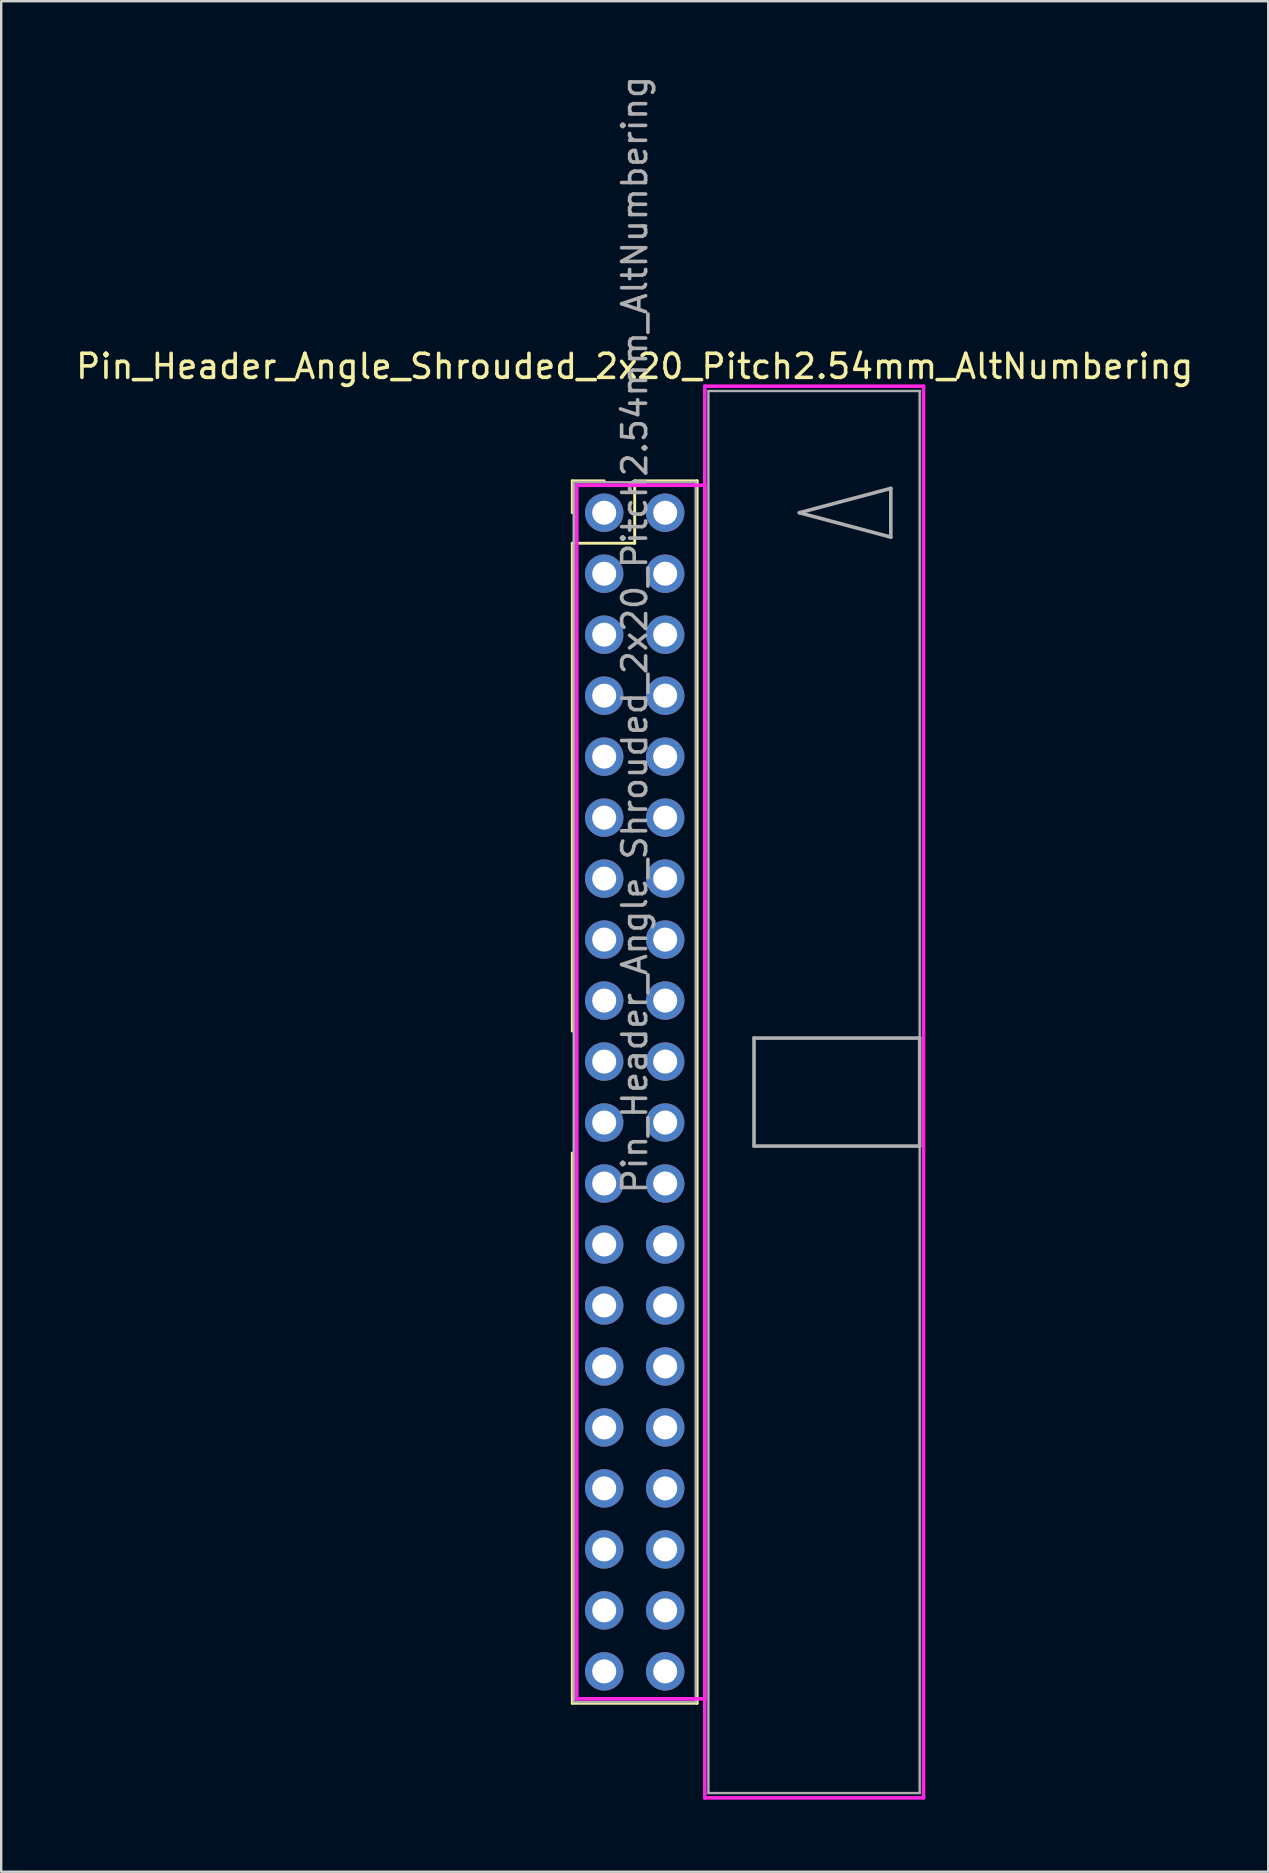
<source format=kicad_pcb>
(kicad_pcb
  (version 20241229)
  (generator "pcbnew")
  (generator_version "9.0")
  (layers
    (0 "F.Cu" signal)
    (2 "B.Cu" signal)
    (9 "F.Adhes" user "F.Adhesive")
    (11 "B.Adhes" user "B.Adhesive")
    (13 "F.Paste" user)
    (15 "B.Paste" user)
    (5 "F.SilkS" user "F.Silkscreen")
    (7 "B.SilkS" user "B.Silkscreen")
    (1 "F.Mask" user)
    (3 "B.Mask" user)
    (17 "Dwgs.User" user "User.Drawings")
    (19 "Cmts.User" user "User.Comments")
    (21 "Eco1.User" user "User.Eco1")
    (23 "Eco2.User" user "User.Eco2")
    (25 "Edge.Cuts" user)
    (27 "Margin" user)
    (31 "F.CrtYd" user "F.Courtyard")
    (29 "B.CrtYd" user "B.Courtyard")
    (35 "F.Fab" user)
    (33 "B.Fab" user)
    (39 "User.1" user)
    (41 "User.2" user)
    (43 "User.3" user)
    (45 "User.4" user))
  (footprint "Pin_Header_Angle_Shrouded_2x20_Pitch2.54mm_AltNumbering"
    (layer "F.Cu")
    (at 22.117 18.307)
    (property "Reference" "Pin_Header_Angle_Shrouded_2x20_Pitch2.54mm_AltNumbering" (at 1.27 -6.096 0) (layer "F.SilkS") (effects (font (size 1 1) (thickness 0.15))))
    (attr through_hole)
    (fp_line (start -1.33 -1.33) (end 0 -1.33) (stroke (width 0.12) (type solid)) (layer "F.SilkS"))
    (fp_line (start -1.33 0) (end -1.33 -1.33) (stroke (width 0.12) (type solid)) (layer "F.SilkS"))
    (fp_line (start -1.33 1.27) (end -1.33 21.59) (stroke (width 0.12) (type solid)) (layer "F.SilkS"))
    (fp_line (start -1.33 1.27) (end 1.27 1.27) (stroke (width 0.12) (type solid)) (layer "F.SilkS"))
    (fp_line (start -1.33 26.67) (end -1.33 49.59) (stroke (width 0.12) (type solid)) (layer "F.SilkS"))
    (fp_line (start -1.33 49.59) (end 3.87 49.59) (stroke (width 0.12) (type solid)) (layer "F.SilkS"))
    (fp_line (start 1.27 -1.33) (end 3.87 -1.33) (stroke (width 0.12) (type solid)) (layer "F.SilkS"))
    (fp_line (start 1.27 1.27) (end 1.27 -1.33) (stroke (width 0.12) (type solid)) (layer "F.SilkS"))
    (fp_line (start 3.87 -1.33) (end 3.87 49.59) (stroke (width 0.12) (type solid)) (layer "F.SilkS"))
    (fp_line (start -1.143 -1.143) (end -1.143 49.403) (stroke (width 0.15) (type solid)) (layer "F.CrtYd"))
    (fp_line (start -1.143 49.403) (end 4.19 49.403) (stroke (width 0.15) (type solid)) (layer "F.CrtYd"))
    (fp_line (start 4.19 -5.27) (end 4.19 53.53) (stroke (width 0.15) (type solid)) (layer "F.CrtYd"))
    (fp_line (start 4.19 -1.143) (end -1.143 -1.143) (stroke (width 0.15) (type solid)) (layer "F.CrtYd"))
    (fp_line (start 4.19 49.403) (end 4.19 -1.143) (stroke (width 0.15) (type solid)) (layer "F.CrtYd"))
    (fp_line (start 4.19 53.53) (end 13.3 53.53) (stroke (width 0.15) (type solid)) (layer "F.CrtYd"))
    (fp_line (start 13.3 -5.27) (end 4.19 -5.27) (stroke (width 0.15) (type solid)) (layer "F.CrtYd"))
    (fp_line (start 13.3 53.53) (end 13.3 -5.27) (stroke (width 0.15) (type solid)) (layer "F.CrtYd"))
    (fp_line (start -1.27 -1.27) (end -1.27 49.53) (stroke (width 0.1) (type solid)) (layer "F.Fab"))
    (fp_line (start -1.27 49.53) (end 3.81 49.53) (stroke (width 0.1) (type solid)) (layer "F.Fab"))
    (fp_line (start 3.81 -1.27) (end -1.27 -1.27) (stroke (width 0.1) (type solid)) (layer "F.Fab"))
    (fp_line (start 3.81 49.53) (end 3.81 -1.27) (stroke (width 0.1) (type solid)) (layer "F.Fab"))
    (fp_line (start 4.34 -5.07) (end 4.34 53.33) (stroke (width 0.1) (type solid)) (layer "F.Fab"))
    (fp_line (start 4.34 53.33) (end 13.14 53.33) (stroke (width 0.1) (type solid)) (layer "F.Fab"))
    (fp_line (start 6.24 21.88) (end 6.24 26.38) (stroke (width 0.15) (type solid)) (layer "F.Fab"))
    (fp_line (start 6.24 26.38) (end 13.14 26.38) (stroke (width 0.15) (type solid)) (layer "F.Fab"))
    (fp_line (start 8.128 0) (end 11.938 -1.016) (stroke (width 0.15) (type solid)) (layer "F.Fab"))
    (fp_line (start 11.938 -1.016) (end 11.938 1.016) (stroke (width 0.15) (type solid)) (layer "F.Fab"))
    (fp_line (start 11.938 1.016) (end 8.128 0) (stroke (width 0.15) (type solid)) (layer "F.Fab"))
    (fp_line (start 13.14 -5.07) (end 4.34 -5.07) (stroke (width 0.1) (type solid)) (layer "F.Fab"))
    (fp_line (start 13.14 21.88) (end 6.24 21.88) (stroke (width 0.15) (type solid)) (layer "F.Fab"))
    (fp_line (start 13.14 26.38) (end 13.14 21.88) (stroke (width 0.15) (type solid)) (layer "F.Fab"))
    (fp_line (start 13.14 53.33) (end 13.14 -5.07) (stroke (width 0.1) (type solid)) (layer "F.Fab"))
    (fp_text user "${REFERENCE}" (at 1.27 5.08 90) (layer "F.Fab") (effects (font (size 1 1) (thickness 0.15))))
    (pad "1" thru_hole oval (at 0 0) (size 1.6 1.6) (drill 1) (layers "*.Cu" "*.Mask"))
    (pad "2" thru_hole oval (at 0 2.54) (size 1.6 1.6) (drill 1) (layers "*.Cu" "*.Mask"))
    (pad "3" thru_hole oval (at 0 5.08) (size 1.6 1.6) (drill 1) (layers "*.Cu" "*.Mask"))
    (pad "4" thru_hole oval (at 0 7.62) (size 1.6 1.6) (drill 1) (layers "*.Cu" "*.Mask"))
    (pad "5" thru_hole oval (at 0 10.16) (size 1.6 1.6) (drill 1) (layers "*.Cu" "*.Mask"))
    (pad "6" thru_hole oval (at 0 12.7) (size 1.6 1.6) (drill 1) (layers "*.Cu" "*.Mask"))
    (pad "7" thru_hole oval (at 0 15.24) (size 1.6 1.6) (drill 1) (layers "*.Cu" "*.Mask"))
    (pad "8" thru_hole oval (at 0 17.78) (size 1.6 1.6) (drill 1) (layers "*.Cu" "*.Mask"))
    (pad "9" thru_hole oval (at 0 20.32) (size 1.6 1.6) (drill 1) (layers "*.Cu" "*.Mask"))
    (pad "10" thru_hole oval (at 0 22.86) (size 1.6 1.6) (drill 1) (layers "*.Cu" "*.Mask"))
    (pad "11" thru_hole oval (at 0 25.4) (size 1.6 1.6) (drill 1) (layers "*.Cu" "*.Mask"))
    (pad "12" thru_hole oval (at 0 27.94) (size 1.6 1.6) (drill 1) (layers "*.Cu" "*.Mask"))
    (pad "13" thru_hole oval (at 0 30.48) (size 1.6 1.6) (drill 1) (layers "*.Cu" "*.Mask"))
    (pad "14" thru_hole oval (at 0 33.02) (size 1.6 1.6) (drill 1) (layers "*.Cu" "*.Mask"))
    (pad "15" thru_hole oval (at 0 35.56) (size 1.6 1.6) (drill 1) (layers "*.Cu" "*.Mask"))
    (pad "16" thru_hole oval (at 0 38.1) (size 1.6 1.6) (drill 1) (layers "*.Cu" "*.Mask"))
    (pad "17" thru_hole oval (at 0 40.64) (size 1.6 1.6) (drill 1) (layers "*.Cu" "*.Mask"))
    (pad "18" thru_hole oval (at 0 43.18) (size 1.6 1.6) (drill 1) (layers "*.Cu" "*.Mask"))
    (pad "19" thru_hole oval (at 0 45.72) (size 1.6 1.6) (drill 1) (layers "*.Cu" "*.Mask"))
    (pad "20" thru_hole oval (at 0 48.26) (size 1.6 1.6) (drill 1) (layers "*.Cu" "*.Mask"))
    (pad "21" thru_hole oval (at 2.54 0) (size 1.6 1.6) (drill 1) (layers "*.Cu" "*.Mask"))
    (pad "22" thru_hole oval (at 2.54 2.54) (size 1.6 1.6) (drill 1) (layers "*.Cu" "*.Mask"))
    (pad "23" thru_hole oval (at 2.54 5.08) (size 1.6 1.6) (drill 1) (layers "*.Cu" "*.Mask"))
    (pad "24" thru_hole oval (at 2.54 7.62) (size 1.6 1.6) (drill 1) (layers "*.Cu" "*.Mask"))
    (pad "25" thru_hole oval (at 2.54 10.16) (size 1.6 1.6) (drill 1) (layers "*.Cu" "*.Mask"))
    (pad "26" thru_hole oval (at 2.54 12.7) (size 1.6 1.6) (drill 1) (layers "*.Cu" "*.Mask"))
    (pad "27" thru_hole oval (at 2.54 15.24) (size 1.6 1.6) (drill 1) (layers "*.Cu" "*.Mask"))
    (pad "28" thru_hole oval (at 2.54 17.78) (size 1.6 1.6) (drill 1) (layers "*.Cu" "*.Mask"))
    (pad "29" thru_hole oval (at 2.54 20.32) (size 1.6 1.6) (drill 1) (layers "*.Cu" "*.Mask"))
    (pad "30" thru_hole oval (at 2.54 22.86) (size 1.6 1.6) (drill 1) (layers "*.Cu" "*.Mask"))
    (pad "31" thru_hole oval (at 2.54 25.4) (size 1.6 1.6) (drill 1) (layers "*.Cu" "*.Mask"))
    (pad "32" thru_hole oval (at 2.54 27.94) (size 1.6 1.6) (drill 1) (layers "*.Cu" "*.Mask"))
    (pad "33" thru_hole oval (at 2.54 30.48) (size 1.6 1.6) (drill 1) (layers "*.Cu" "*.Mask"))
    (pad "34" thru_hole oval (at 2.54 33.02) (size 1.6 1.6) (drill 1) (layers "*.Cu" "*.Mask"))
    (pad "35" thru_hole oval (at 2.54 35.56) (size 1.6 1.6) (drill 1) (layers "*.Cu" "*.Mask"))
    (pad "36" thru_hole oval (at 2.54 38.1) (size 1.6 1.6) (drill 1) (layers "*.Cu" "*.Mask"))
    (pad "37" thru_hole oval (at 2.54 40.64) (size 1.6 1.6) (drill 1) (layers "*.Cu" "*.Mask"))
    (pad "38" thru_hole oval (at 2.54 43.18) (size 1.6 1.6) (drill 1) (layers "*.Cu" "*.Mask"))
    (pad "39" thru_hole oval (at 2.54 45.72) (size 1.6 1.6) (drill 1) (layers "*.Cu" "*.Mask"))
    (pad "40" thru_hole oval (at 2.54 48.26) (size 1.6 1.6) (drill 1) (layers "*.Cu" "*.Mask")))
  (gr_rect
    (start -3 -3)
    (end 49.774 74.912)
    (stroke (width 0.1) (type default))
    (fill no)
    (layer "Edge.Cuts")))
</source>
